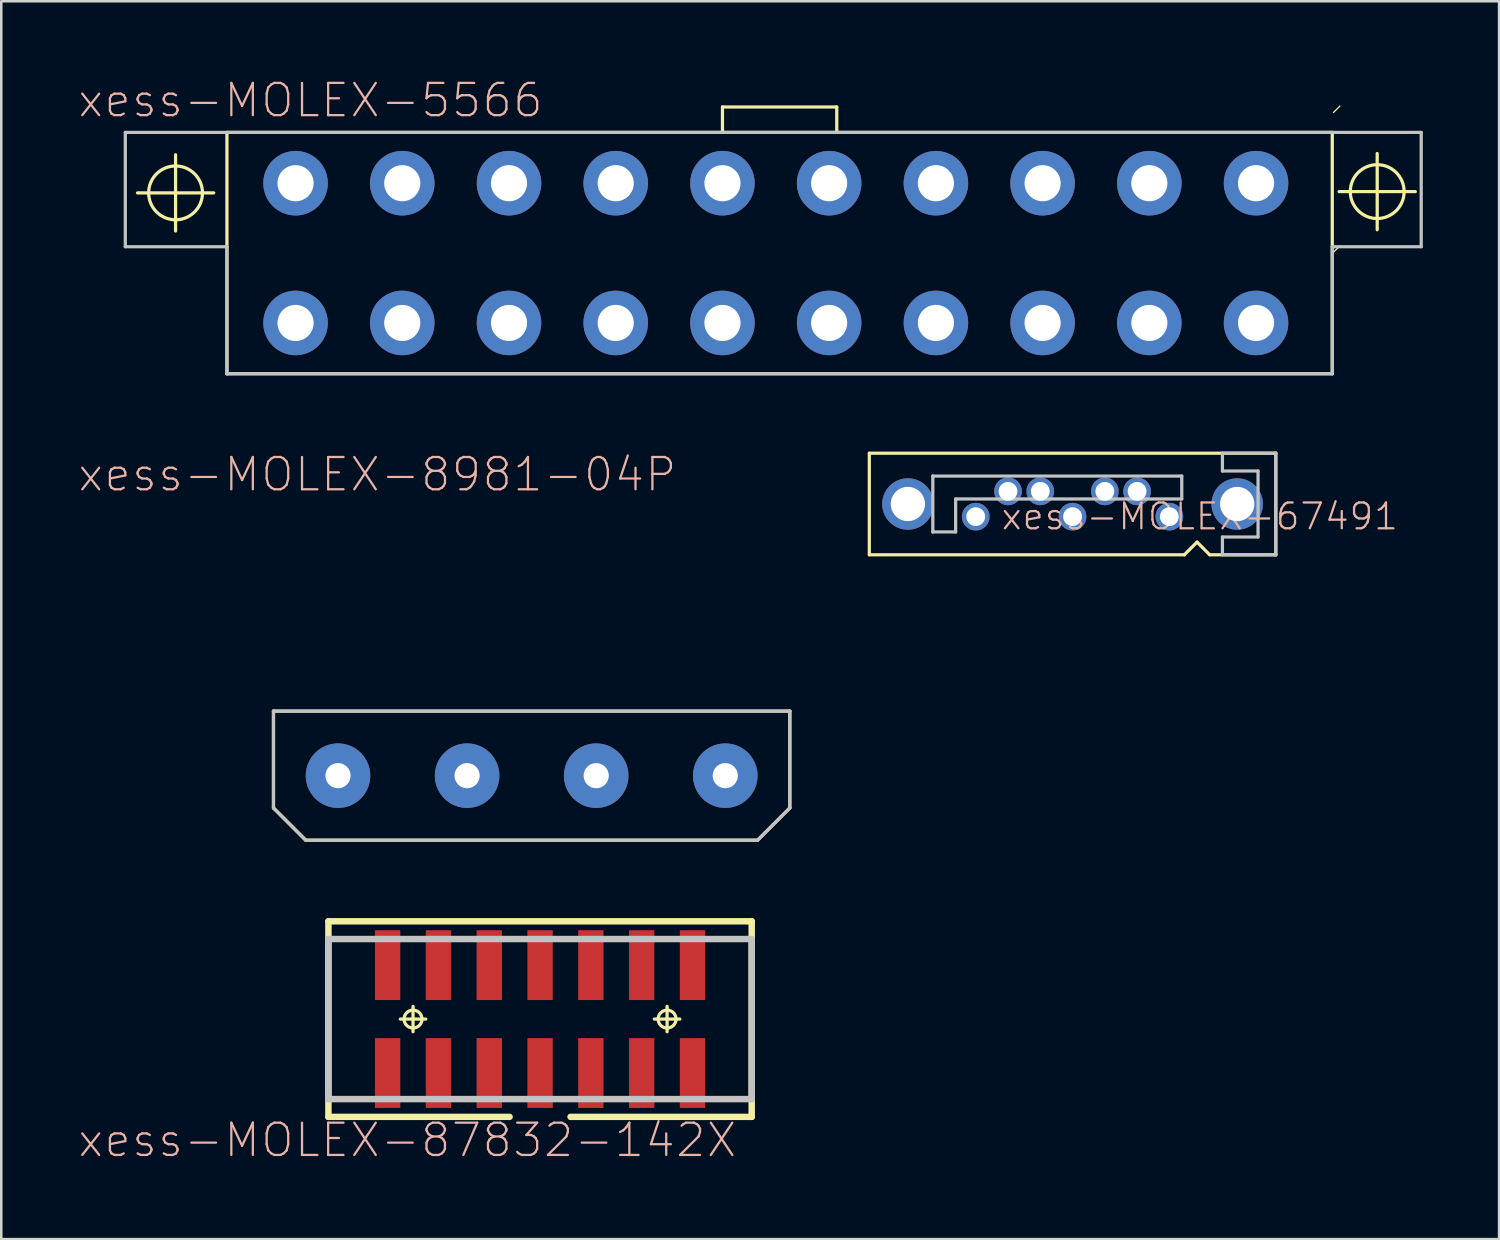
<source format=kicad_pcb>
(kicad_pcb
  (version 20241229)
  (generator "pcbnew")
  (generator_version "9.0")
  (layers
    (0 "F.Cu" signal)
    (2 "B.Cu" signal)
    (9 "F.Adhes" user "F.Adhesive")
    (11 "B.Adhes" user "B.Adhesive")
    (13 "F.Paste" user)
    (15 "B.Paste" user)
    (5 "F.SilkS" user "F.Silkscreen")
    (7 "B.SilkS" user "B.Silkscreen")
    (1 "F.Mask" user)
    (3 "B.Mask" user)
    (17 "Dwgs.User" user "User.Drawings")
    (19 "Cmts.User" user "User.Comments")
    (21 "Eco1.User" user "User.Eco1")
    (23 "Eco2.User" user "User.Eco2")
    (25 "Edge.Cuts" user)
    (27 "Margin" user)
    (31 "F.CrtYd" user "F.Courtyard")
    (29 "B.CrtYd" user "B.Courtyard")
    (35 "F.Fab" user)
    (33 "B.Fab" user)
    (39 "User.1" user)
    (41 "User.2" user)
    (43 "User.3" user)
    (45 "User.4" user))
  (footprint "xess-MOLEX-87832-142X"
    (layer "F.Cu")
    (at 18.203 37.054)
    (property "Reference" "xess-MOLEX-87832-142X" (at -5.225 4.763 0) (layer "B.SilkS") (effects (font (size 1.27 1.27) (thickness 0.089))))
    (attr smd)
    (fp_line (start -8.329 -3.848) (end -8.329 3.848) (stroke (width 0.254) (type solid)) (layer "F.SilkS"))
    (fp_line (start -8.329 3.848) (end -1.199 3.848) (stroke (width 0.254) (type solid)) (layer "F.SilkS"))
    (fp_line (start -5.499 0) (end -4.498 0) (stroke (width 0.127) (type solid)) (layer "F.SilkS"))
    (fp_line (start -4.999 0.498) (end -4.999 -0.498) (stroke (width 0.127) (type solid)) (layer "F.SilkS"))
    (fp_line (start 1.199 3.848) (end 8.329 3.848) (stroke (width 0.254) (type solid)) (layer "F.SilkS"))
    (fp_line (start 4.498 0) (end 5.499 0) (stroke (width 0.127) (type solid)) (layer "F.SilkS"))
    (fp_line (start 4.999 0.498) (end 4.999 -0.498) (stroke (width 0.127) (type solid)) (layer "F.SilkS"))
    (fp_line (start 8.329 -3.848) (end -8.329 -3.848) (stroke (width 0.254) (type solid)) (layer "F.SilkS"))
    (fp_line (start 8.329 3.848) (end 8.329 -3.848) (stroke (width 0.254) (type solid)) (layer "F.SilkS"))
    (fp_circle (center -4.999 0) (end -5.248 0.249) (stroke (width 0.127) (type solid)) (fill no) (layer "F.SilkS"))
    (fp_circle (center 4.999 0) (end 5.248 0.249) (stroke (width 0.127) (type solid)) (fill no) (layer "F.SilkS"))
    (fp_line (start -8.329 -3.15) (end -8.329 3.15) (stroke (width 0.254) (type solid)) (layer "Dwgs.User"))
    (fp_line (start -8.329 3.15) (end 8.329 3.15) (stroke (width 0.254) (type solid)) (layer "Dwgs.User"))
    (fp_line (start 8.329 -3.15) (end -8.329 -3.15) (stroke (width 0.254) (type solid)) (layer "Dwgs.User"))
    (fp_line (start 8.329 3.15) (end 8.329 -3.15) (stroke (width 0.254) (type solid)) (layer "Dwgs.User"))
    (pad "1" smd rect (at -5.999 2.123) (size 0.998 2.748) (layers "F.Cu" "F.Mask" "F.Paste"))
    (pad "2" smd rect (at -5.999 -2.123) (size 0.998 2.748) (layers "F.Cu" "F.Mask" "F.Paste"))
    (pad "3" smd rect (at -3.998 2.123) (size 0.998 2.748) (layers "F.Cu" "F.Mask" "F.Paste"))
    (pad "4" smd rect (at -3.998 -2.123) (size 0.998 2.748) (layers "F.Cu" "F.Mask" "F.Paste"))
    (pad "5" smd rect (at -1.999 2.123) (size 0.998 2.748) (layers "F.Cu" "F.Mask" "F.Paste"))
    (pad "6" smd rect (at -1.999 -2.123) (size 0.998 2.748) (layers "F.Cu" "F.Mask" "F.Paste"))
    (pad "7" smd rect (at 0 2.123) (size 0.998 2.748) (layers "F.Cu" "F.Mask" "F.Paste"))
    (pad "8" smd rect (at 0 -2.123) (size 0.998 2.748) (layers "F.Cu" "F.Mask" "F.Paste"))
    (pad "9" smd rect (at 1.999 2.123) (size 0.998 2.748) (layers "F.Cu" "F.Mask" "F.Paste"))
    (pad "10" smd rect (at 1.999 -2.123) (size 0.998 2.748) (layers "F.Cu" "F.Mask" "F.Paste"))
    (pad "11" smd rect (at 3.998 2.123) (size 0.998 2.748) (layers "F.Cu" "F.Mask" "F.Paste"))
    (pad "12" smd rect (at 3.998 -2.123) (size 0.998 2.748) (layers "F.Cu" "F.Mask" "F.Paste"))
    (pad "13" smd rect (at 5.999 2.123) (size 0.998 2.748) (layers "F.Cu" "F.Mask" "F.Paste"))
    (pad "14" smd rect (at 5.999 -2.123) (size 0.998 2.748) (layers "F.Cu" "F.Mask" "F.Paste")))
  (footprint "xess-MOLEX-5566"
    (layer "F.Cu")
    (at 46.379 9.659)
    (property "Reference" "xess-MOLEX-5566" (at -37.211 -8.76 0) (layer "B.SilkS") (effects (font (size 1.27 1.27) (thickness 0.089))))
    (attr exclude_from_pos_files exclude_from_bom)
    (fp_line (start -44.018 -5.118) (end -41.018 -5.118) (stroke (width 0.127) (type solid)) (layer "F.SilkS"))
    (fp_line (start -42.52 -3.619) (end -42.52 -6.619) (stroke (width 0.127) (type solid)) (layer "F.SilkS"))
    (fp_line (start -40.498 -7.498) (end -40.498 1.999) (stroke (width 0.127) (type solid)) (layer "F.SilkS"))
    (fp_line (start -40.498 1.999) (end 3 1.999) (stroke (width 0.127) (type solid)) (layer "F.SilkS"))
    (fp_line (start -20.998 -8.499) (end -16.5 -8.499) (stroke (width 0.127) (type solid)) (layer "F.SilkS"))
    (fp_line (start -20.998 -7.498) (end -40.498 -7.498) (stroke (width 0.127) (type solid)) (layer "F.SilkS"))
    (fp_line (start -20.998 -7.498) (end -20.998 -8.499) (stroke (width 0.127) (type solid)) (layer "F.SilkS"))
    (fp_line (start -16.5 -8.499) (end -16.5 -7.498) (stroke (width 0.127) (type solid)) (layer "F.SilkS"))
    (fp_line (start -16.5 -7.498) (end -20.998 -7.498) (stroke (width 0.127) (type solid)) (layer "F.SilkS"))
    (fp_line (start 3 -7.498) (end -16.5 -7.498) (stroke (width 0.127) (type solid)) (layer "F.SilkS"))
    (fp_line (start 3 1.999) (end 3 -7.498) (stroke (width 0.127) (type solid)) (layer "F.SilkS"))
    (fp_line (start 3.048 -8.283) (end 3.299 -8.534) (stroke (width 0.051) (type solid)) (layer "F.SilkS"))
    (fp_line (start 3.048 -2.784) (end 3.299 -3.033) (stroke (width 0.051) (type solid)) (layer "F.SilkS"))
    (fp_line (start 3.269 -5.169) (end 6.269 -5.169) (stroke (width 0.127) (type solid)) (layer "F.SilkS"))
    (fp_line (start 4.768 -3.668) (end 4.768 -6.668) (stroke (width 0.127) (type solid)) (layer "F.SilkS"))
    (fp_circle (center -42.52 -5.118) (end -43.269 -5.867) (stroke (width 0.127) (type solid)) (fill no) (layer "F.SilkS"))
    (fp_circle (center 4.768 -5.169) (end 5.517 -5.918) (stroke (width 0.127) (type solid)) (fill no) (layer "F.SilkS"))
    (fp_line (start -44.498 -7.498) (end -44.498 -3) (stroke (width 0.127) (type solid)) (layer "Dwgs.User"))
    (fp_line (start -44.498 -3) (end -40.498 -3) (stroke (width 0.127) (type solid)) (layer "Dwgs.User"))
    (fp_line (start -40.498 -3) (end -40.498 1.999) (stroke (width 0.127) (type solid)) (layer "Dwgs.User"))
    (fp_line (start -40.498 1.999) (end 3 1.999) (stroke (width 0.127) (type solid)) (layer "Dwgs.User"))
    (fp_line (start 3 -3) (end 6.5 -3) (stroke (width 0.127) (type solid)) (layer "Dwgs.User"))
    (fp_line (start 3 1.999) (end 3 -3) (stroke (width 0.127) (type solid)) (layer "Dwgs.User"))
    (fp_line (start 6.5 -7.498) (end -44.498 -7.498) (stroke (width 0.127) (type solid)) (layer "Dwgs.User"))
    (fp_line (start 6.5 -3) (end 6.5 -7.498) (stroke (width 0.127) (type solid)) (layer "Dwgs.User"))
    (pad "1" thru_hole circle (at 0 0) (size 2.54 2.54) (drill 1.422) (layers "*.Cu" "*.Mask"))
    (pad "2" thru_hole circle (at -4.199 0) (size 2.54 2.54) (drill 1.422) (layers "*.Cu" "*.Mask"))
    (pad "3" thru_hole circle (at -8.4 0) (size 2.54 2.54) (drill 1.422) (layers "*.Cu" "*.Mask"))
    (pad "4" thru_hole circle (at -12.598 0) (size 2.54 2.54) (drill 1.422) (layers "*.Cu" "*.Mask"))
    (pad "5" thru_hole circle (at -16.8 0) (size 2.54 2.54) (drill 1.422) (layers "*.Cu" "*.Mask"))
    (pad "6" thru_hole circle (at -20.998 0) (size 2.54 2.54) (drill 1.422) (layers "*.Cu" "*.Mask"))
    (pad "7" thru_hole circle (at -25.199 0) (size 2.54 2.54) (drill 1.422) (layers "*.Cu" "*.Mask"))
    (pad "8" thru_hole circle (at -29.398 0) (size 2.54 2.54) (drill 1.422) (layers "*.Cu" "*.Mask"))
    (pad "9" thru_hole circle (at -33.599 0) (size 2.54 2.54) (drill 1.422) (layers "*.Cu" "*.Mask"))
    (pad "10" thru_hole circle (at -37.798 0) (size 2.54 2.54) (drill 1.422) (layers "*.Cu" "*.Mask"))
    (pad "11" thru_hole circle (at 0 -5.499) (size 2.54 2.54) (drill 1.422) (layers "*.Cu" "*.Mask"))
    (pad "12" thru_hole circle (at -4.199 -5.499) (size 2.54 2.54) (drill 1.422) (layers "*.Cu" "*.Mask"))
    (pad "13" thru_hole circle (at -8.4 -5.499) (size 2.54 2.54) (drill 1.422) (layers "*.Cu" "*.Mask"))
    (pad "14" thru_hole circle (at -12.598 -5.499) (size 2.54 2.54) (drill 1.422) (layers "*.Cu" "*.Mask"))
    (pad "15" thru_hole circle (at -16.8 -5.499) (size 2.54 2.54) (drill 1.422) (layers "*.Cu" "*.Mask"))
    (pad "16" thru_hole circle (at -20.998 -5.499) (size 2.54 2.54) (drill 1.422) (layers "*.Cu" "*.Mask"))
    (pad "17" thru_hole circle (at -25.199 -5.499) (size 2.54 2.54) (drill 1.422) (layers "*.Cu" "*.Mask"))
    (pad "18" thru_hole circle (at -29.398 -5.499) (size 2.54 2.54) (drill 1.422) (layers "*.Cu" "*.Mask"))
    (pad "19" thru_hole circle (at -33.599 -5.499) (size 2.54 2.54) (drill 1.422) (layers "*.Cu" "*.Mask"))
    (pad "20" thru_hole circle (at -37.798 -5.499) (size 2.54 2.54) (drill 1.422) (layers "*.Cu" "*.Mask")))
  (footprint "xess-MOLEX-67491"
    (layer "F.Cu")
    (at 39.158 16.784)
    (property "Reference" "xess-MOLEX-67491" (at 5.006 0.49 0) (layer "B.SilkS") (effects (font (size 1.016 1.016) (thickness 0.089))))
    (attr exclude_from_pos_files exclude_from_bom)
    (fp_line (start -7.998 -1.999) (end -7.998 1.999) (stroke (width 0.127) (type solid)) (layer "F.SilkS"))
    (fp_line (start -7.998 1.999) (end 4.399 1.999) (stroke (width 0.127) (type solid)) (layer "F.SilkS"))
    (fp_line (start 4.399 1.999) (end 4.9 1.499) (stroke (width 0.127) (type solid)) (layer "F.SilkS"))
    (fp_line (start 4.9 1.499) (end 5.397 1.999) (stroke (width 0.127) (type solid)) (layer "F.SilkS"))
    (fp_line (start 5.397 1.999) (end 7.998 1.999) (stroke (width 0.127) (type solid)) (layer "F.SilkS"))
    (fp_line (start 7.998 -1.999) (end -7.998 -1.999) (stroke (width 0.127) (type solid)) (layer "F.SilkS"))
    (fp_line (start 7.998 1.999) (end 7.998 -1.999) (stroke (width 0.127) (type solid)) (layer "F.SilkS"))
    (fp_line (start -5.499 -1.1) (end -5.499 1.1) (stroke (width 0.127) (type solid)) (layer "Dwgs.User"))
    (fp_line (start -5.499 1.1) (end -4.6 1.1) (stroke (width 0.127) (type solid)) (layer "Dwgs.User"))
    (fp_line (start -4.6 -0.198) (end 4.298 -0.198) (stroke (width 0.127) (type solid)) (layer "Dwgs.User"))
    (fp_line (start -4.6 1.1) (end -4.6 -0.198) (stroke (width 0.127) (type solid)) (layer "Dwgs.User"))
    (fp_line (start 4.298 -1.1) (end -5.499 -1.1) (stroke (width 0.127) (type solid)) (layer "Dwgs.User"))
    (fp_line (start 4.298 -0.198) (end 4.298 -1.1) (stroke (width 0.127) (type solid)) (layer "Dwgs.User"))
    (fp_line (start 5.898 -1.999) (end 5.898 -1.298) (stroke (width 0.127) (type solid)) (layer "Dwgs.User"))
    (fp_line (start 5.898 -1.298) (end 7.3 -1.298) (stroke (width 0.127) (type solid)) (layer "Dwgs.User"))
    (fp_line (start 5.898 1.298) (end 5.898 1.999) (stroke (width 0.127) (type solid)) (layer "Dwgs.User"))
    (fp_line (start 5.898 1.999) (end 7.998 1.999) (stroke (width 0.127) (type solid)) (layer "Dwgs.User"))
    (fp_line (start 7.3 -1.298) (end 7.3 1.298) (stroke (width 0.127) (type solid)) (layer "Dwgs.User"))
    (fp_line (start 7.3 1.298) (end 5.898 1.298) (stroke (width 0.127) (type solid)) (layer "Dwgs.User"))
    (fp_line (start 7.998 -1.999) (end 5.898 -1.999) (stroke (width 0.127) (type solid)) (layer "Dwgs.User"))
    (fp_line (start 7.998 1.999) (end 7.998 -1.999) (stroke (width 0.127) (type solid)) (layer "Dwgs.User"))
    (pad "1" thru_hole circle (at 3.81 0.498) (size 1.09 1.09) (drill 0.739) (layers "*.Cu" "*.Mask"))
    (pad "2" thru_hole circle (at 2.54 -0.498) (size 1.09 1.09) (drill 0.739) (layers "*.Cu" "*.Mask"))
    (pad "3" thru_hole circle (at 1.27 -0.498) (size 1.09 1.09) (drill 0.739) (layers "*.Cu" "*.Mask"))
    (pad "4" thru_hole circle (at 0 0.498) (size 1.09 1.09) (drill 0.739) (layers "*.Cu" "*.Mask"))
    (pad "5" thru_hole circle (at -1.27 -0.498) (size 1.09 1.09) (drill 0.739) (layers "*.Cu" "*.Mask"))
    (pad "6" thru_hole circle (at -2.54 -0.498) (size 1.09 1.09) (drill 0.739) (layers "*.Cu" "*.Mask"))
    (pad "7" thru_hole circle (at -3.81 0.498) (size 1.09 1.09) (drill 0.739) (layers "*.Cu" "*.Mask"))
    (pad "P1" thru_hole circle (at 6.48 0) (size 2.024 2.024) (drill 1.349) (layers "*.Cu" "*.Mask"))
    (pad "P2" thru_hole circle (at -6.48 0) (size 2.024 2.024) (drill 1.349) (layers "*.Cu" "*.Mask")))
  (footprint "xess-MOLEX-8981-04P"
    (layer "F.Cu")
    (at 17.872 27.475)
    (property "Reference" "xess-MOLEX-8981-04P" (at -6.073 -11.854 0) (layer "B.SilkS") (effects (font (size 1.27 1.27) (thickness 0.089))))
    (attr exclude_from_pos_files exclude_from_bom)
    (fp_line (start -10.16 -2.54) (end -10.16 1.27) (stroke (width 0.127) (type solid)) (layer "F.SilkS"))
    (fp_line (start -10.16 1.27) (end -8.89 2.54) (stroke (width 0.127) (type solid)) (layer "F.SilkS"))
    (fp_line (start -8.89 2.54) (end 8.89 2.54) (stroke (width 0.127) (type solid)) (layer "F.SilkS"))
    (fp_line (start 8.89 2.54) (end 10.16 1.27) (stroke (width 0.127) (type solid)) (layer "F.SilkS"))
    (fp_line (start 10.16 -2.54) (end -10.16 -2.54) (stroke (width 0.127) (type solid)) (layer "F.SilkS"))
    (fp_line (start 10.16 1.27) (end 10.16 -2.54) (stroke (width 0.127) (type solid)) (layer "F.SilkS"))
    (fp_line (start -10.16 -2.54) (end -10.16 1.27) (stroke (width 0.127) (type solid)) (layer "Dwgs.User"))
    (fp_line (start -10.16 1.27) (end -8.89 2.54) (stroke (width 0.127) (type solid)) (layer "Dwgs.User"))
    (fp_line (start -8.89 2.54) (end 8.89 2.54) (stroke (width 0.127) (type solid)) (layer "Dwgs.User"))
    (fp_line (start 8.89 2.54) (end 10.16 1.27) (stroke (width 0.127) (type solid)) (layer "Dwgs.User"))
    (fp_line (start 10.16 -2.54) (end -10.16 -2.54) (stroke (width 0.127) (type solid)) (layer "Dwgs.User"))
    (fp_line (start 10.16 1.27) (end 10.16 -2.54) (stroke (width 0.127) (type solid)) (layer "Dwgs.User"))
    (pad "1" thru_hole circle (at -7.62 0) (size 2.54 2.54) (drill 0.991) (layers "*.Cu" "*.Mask"))
    (pad "2" thru_hole circle (at -2.54 0) (size 2.54 2.54) (drill 0.991) (layers "*.Cu" "*.Mask"))
    (pad "3" thru_hole circle (at 2.54 0) (size 2.54 2.54) (drill 0.991) (layers "*.Cu" "*.Mask"))
    (pad "4" thru_hole circle (at 7.62 0) (size 2.54 2.54) (drill 0.991) (layers "*.Cu" "*.Mask")))
  (gr_rect
    (start -3 -3)
    (end 55.943 45.715)
    (stroke (width 0.1) (type default))
    (fill no)
    (layer "Edge.Cuts")))
</source>
